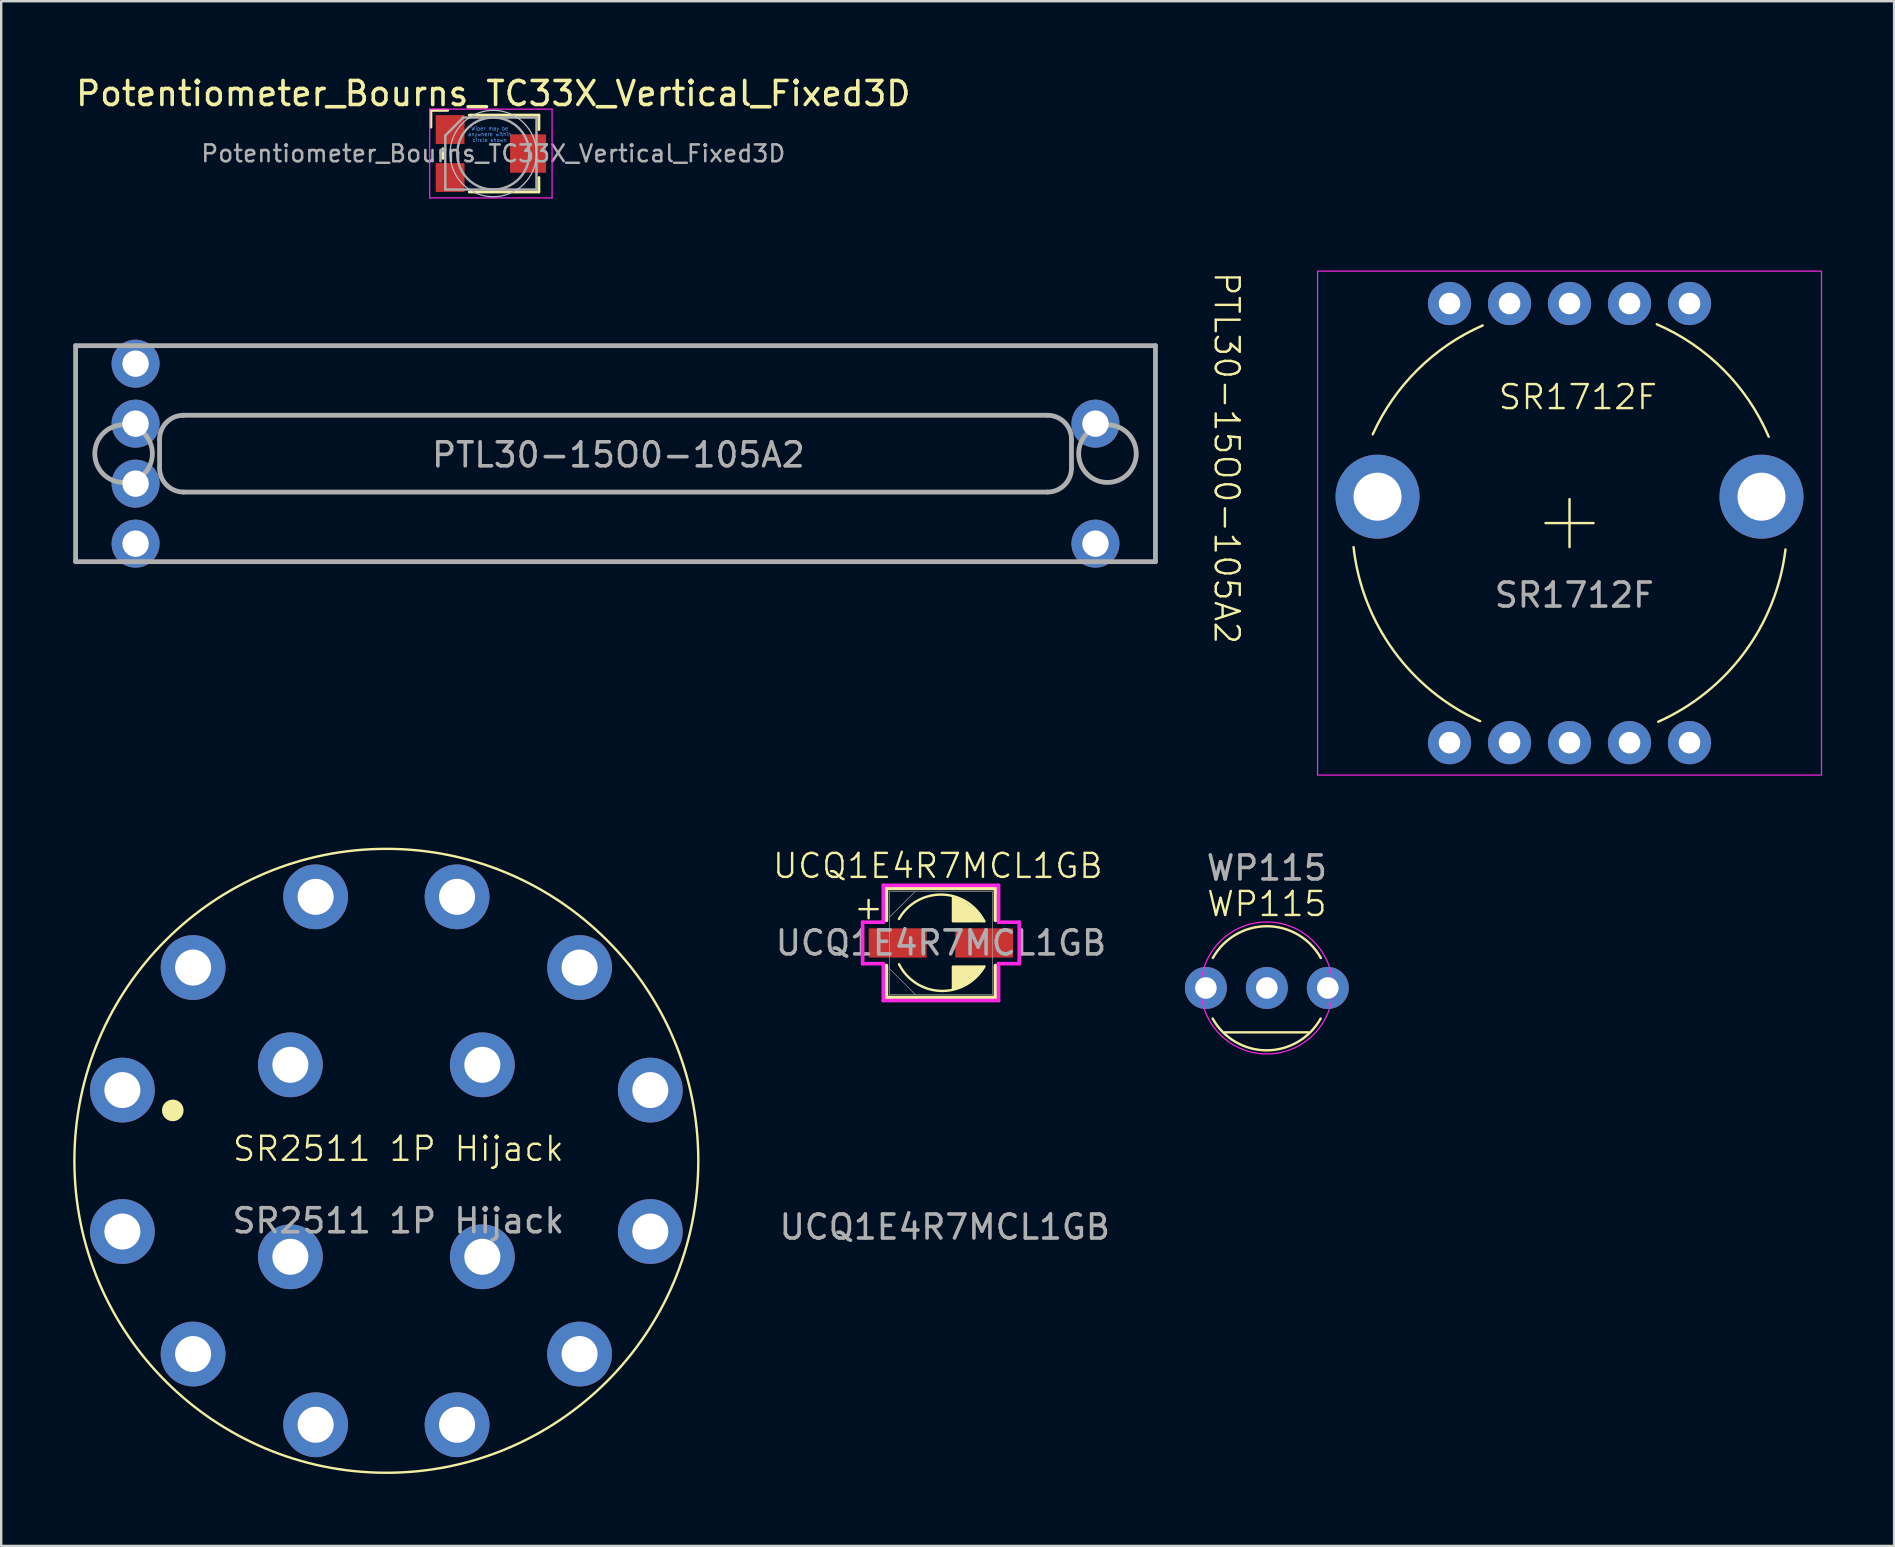
<source format=kicad_pcb>
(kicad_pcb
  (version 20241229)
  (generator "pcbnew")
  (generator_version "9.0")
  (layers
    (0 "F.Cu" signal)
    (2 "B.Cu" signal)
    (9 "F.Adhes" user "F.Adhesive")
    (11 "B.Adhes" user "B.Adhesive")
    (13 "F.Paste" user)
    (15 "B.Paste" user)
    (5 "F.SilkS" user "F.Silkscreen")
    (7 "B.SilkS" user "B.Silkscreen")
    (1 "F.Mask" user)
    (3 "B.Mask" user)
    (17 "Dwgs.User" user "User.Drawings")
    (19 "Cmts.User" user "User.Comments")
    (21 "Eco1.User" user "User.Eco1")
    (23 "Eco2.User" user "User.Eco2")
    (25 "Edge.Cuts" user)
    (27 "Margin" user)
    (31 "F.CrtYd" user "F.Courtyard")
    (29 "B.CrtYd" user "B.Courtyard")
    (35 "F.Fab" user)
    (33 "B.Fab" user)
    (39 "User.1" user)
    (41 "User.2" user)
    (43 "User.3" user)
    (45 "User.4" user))
  (footprint "PTL30-15O0-105A2"
    (layer "F.Cu")
    (at 22.6 15.855)
    (property "Reference" "PTL30-15O0-105A2" (at 25.47 0.18 270) (unlocked yes) (layer "F.SilkS") (effects (font (size 1 1) (thickness 0.1))))
    (attr through_hole)
    (fp_line (start -22.5 -4.5) (end -22.5 4.5) (stroke (width 0.2) (type default)) (layer "F.Fab"))
    (fp_line (start -22.5 4.5) (end 22.5 4.5) (stroke (width 0.2) (type default)) (layer "F.Fab"))
    (fp_line (start -19 -0.6) (end -19 0.6) (stroke (width 0.2) (type default)) (layer "F.Fab"))
    (fp_line (start -18 1.6) (end 18 1.6) (stroke (width 0.2) (type default)) (layer "F.Fab"))
    (fp_line (start 18 -1.6) (end -18 -1.6) (stroke (width 0.2) (type default)) (layer "F.Fab"))
    (fp_line (start 19 0.6) (end 19 -0.6) (stroke (width 0.2) (type default)) (layer "F.Fab"))
    (fp_line (start 22.5 -4.5) (end -22.5 -4.5) (stroke (width 0.2) (type default)) (layer "F.Fab"))
    (fp_line (start 22.5 4.5) (end 22.5 -4.5) (stroke (width 0.2) (type default)) (layer "F.Fab"))
    (fp_arc (start -19 -0.6) (mid -18.707107 -1.307107) (end -18 -1.6) (stroke (width 0.2) (type default)) (layer "F.Fab"))
    (fp_arc (start -18.000001 1.6) (mid -18.707107 1.307107) (end -19 0.600001) (stroke (width 0.2) (type default)) (layer "F.Fab"))
    (fp_arc (start 18 -1.6) (mid 18.707107 -1.307107) (end 19 -0.6) (stroke (width 0.2) (type default)) (layer "F.Fab"))
    (fp_arc (start 19 0.600001) (mid 18.707107 1.307107) (end 18.000001 1.6) (stroke (width 0.2) (type default)) (layer "F.Fab"))
    (fp_circle (center -20.5 0) (end -20.5 -1.2) (stroke (width 0.2) (type default)) (fill no) (layer "F.Fab"))
    (fp_circle (center 20.5 0) (end 20.5 -1.2) (stroke (width 0.2) (type default)) (fill no) (layer "F.Fab"))
    (fp_text user "${REFERENCE}" (at 0.12 0.05 0) (unlocked yes) (layer "F.Fab") (effects (font (size 1 1) (thickness 0.15))))
    (pad "1" thru_hole circle (at -20 -1.25) (size 2 2) (drill 1.1) (layers "*.Cu" "*.Mask"))
    (pad "2" thru_hole circle (at -20 -3.75) (size 2 2) (drill 1.1) (layers "*.Cu" "*.Mask"))
    (pad "3" thru_hole circle (at 20 -1.25) (size 2 2) (drill 1.1) (layers "*.Cu" "*.Mask"))
    (pad "B" thru_hole circle (at 20 3.75) (size 2 2) (drill 1.1) (layers "*.Cu" "*.Mask"))
    (pad "E" thru_hole circle (at -20 3.75) (size 2 2) (drill 1.1) (layers "*.Cu" "*.Mask"))
    (pad "L" thru_hole circle (at -20 1.25) (size 2 2) (drill 1.1) (layers "*.Cu" "*.Mask")))
  (footprint "SR1712F"
    (layer "F.Cu")
    (at 62.355 18.748)
    (property "Reference" "SR1712F" (at 0.35 -5.25 0) (unlocked yes) (layer "F.SilkS") (effects (font (size 1 1) (thickness 0.1))))
    (attr through_hole)
    (fp_line (start 0 -1) (end 0 1) (stroke (width 0.1) (type default)) (layer "F.SilkS"))
    (fp_line (start 1 0) (end -1 0) (stroke (width 0.1) (type default)) (layer "F.SilkS"))
    (fp_arc (start -8.2 -3.7) (mid -6.329745 -6.392521) (end -3.618898 -8.236114) (stroke (width 0.1) (type default)) (layer "F.SilkS"))
    (fp_arc (start -3.724379 8.254029) (mid -7.323434 5.326097) (end -9 1) (stroke (width 0.1) (type default)) (layer "F.SilkS"))
    (fp_arc (start 3.636446 -8.284347) (mid 6.418371 -6.390324) (end 8.3 -3.6) (stroke (width 0.1) (type default)) (layer "F.SilkS"))
    (fp_arc (start 9 1.1) (mid 7.292739 5.387574) (end 3.696159 8.279397) (stroke (width 0.1) (type default)) (layer "F.SilkS"))
    (fp_rect (start -10.5 -10.5) (end 10.5 10.5) (stroke (width 0.05) (type default)) (fill no) (layer "F.CrtYd"))
    (fp_text user "${REFERENCE}" (at 0.2 3 0) (unlocked yes) (layer "F.Fab") (effects (font (size 1 1) (thickness 0.15))))
    (pad "1" thru_hole circle (at 5 9.15) (size 1.8 1.8) (drill 0.9) (layers "*.Cu" "*.Mask"))
    (pad "2" thru_hole circle (at 2.5 9.15) (size 1.8 1.8) (drill 0.9) (layers "*.Cu" "*.Mask"))
    (pad "3" thru_hole circle (at 0 9.15) (size 1.8 1.8) (drill 0.9) (layers "*.Cu" "*.Mask"))
    (pad "4" thru_hole circle (at -2.5 9.15) (size 1.8 1.8) (drill 0.9) (layers "*.Cu" "*.Mask"))
    (pad "5" thru_hole circle (at -5 9.15) (size 1.8 1.8) (drill 0.9) (layers "*.Cu" "*.Mask"))
    (pad "6" thru_hole circle (at -5 -9.15) (size 1.8 1.8) (drill 0.9) (layers "*.Cu" "*.Mask"))
    (pad "7" thru_hole circle (at -2.5 -9.15) (size 1.8 1.8) (drill 0.9) (layers "*.Cu" "*.Mask"))
    (pad "8" thru_hole circle (at 0 -9.15) (size 1.8 1.8) (drill 0.9) (layers "*.Cu" "*.Mask"))
    (pad "9" thru_hole circle (at 2.5 -9.15) (size 1.8 1.8) (drill 0.9) (layers "*.Cu" "*.Mask"))
    (pad "10" thru_hole circle (at 5 -9.15) (size 1.8 1.8) (drill 0.9) (layers "*.Cu" "*.Mask"))
    (pad "NC" thru_hole circle (at -8 -1.1) (size 3.5 3.5) (drill 2) (layers "*.Cu" "*.Mask"))
    (pad "NC" thru_hole circle (at 8 -1.1) (size 3.5 3.5) (drill 2) (layers "*.Cu" "*.Mask")))
  (footprint "WP115"
    (layer "F.Cu")
    (at 49.742 38.121)
    (property "Reference" "WP115" (at 0 -3.5 0) (unlocked yes) (layer "F.SilkS") (effects (font (size 1 1) (thickness 0.1))))
    (attr through_hole)
    (fp_line (start -1.758 1.849) (end 1.742 1.849) (stroke (width 0.1) (type default)) (layer "F.SilkS"))
    (fp_arc (start -2.25 -1.25) (mid 0 -2.573908) (end 2.25 -1.25) (stroke (width 0.1) (type default)) (layer "F.SilkS"))
    (fp_arc (start 2.242273 1.274739) (mid -0.007727 2.598647) (end -2.257727 1.274739) (stroke (width 0.1) (type default)) (layer "F.SilkS"))
    (fp_circle (center 0 0) (end 2.75 0) (stroke (width 0.05) (type default)) (fill no) (layer "F.CrtYd"))
    (fp_text user "${REFERENCE}" (at 0 -5 0) (unlocked yes) (layer "F.Fab") (effects (font (size 1 1) (thickness 0.15))))
    (pad "1" thru_hole circle (at -2.54 0) (size 1.75 1.75) (drill 0.9) (layers "*.Cu" "*.Mask"))
    (pad "2" thru_hole circle (at 0 0) (size 1.75 1.75) (drill 0.9) (layers "*.Cu" "*.Mask"))
    (pad "3" thru_hole circle (at 2.54 0) (size 1.75 1.75) (drill 0.9) (layers "*.Cu" "*.Mask")))
  (footprint "UCQ1E4R7MCL1GB"
    (layer "F.Cu")
    (at 36.161 36.244)
    (property "Reference" "UCQ1E4R7MCL1GB" (at -0.13 -3.21 0) (unlocked yes) (layer "F.SilkS") (effects (font (size 1 1) (thickness 0.1))))
    (attr smd)
    (fp_line (start -2.273 -2.273) (end -2.273 -0.942) (stroke (width 0.152) (type solid)) (layer "F.SilkS"))
    (fp_line (start -2.273 0.942) (end -2.273 2.273) (stroke (width 0.152) (type solid)) (layer "F.SilkS"))
    (fp_line (start -2.273 2.273) (end 2.273 2.273) (stroke (width 0.152) (type solid)) (layer "F.SilkS"))
    (fp_line (start 2.273 -2.273) (end -2.273 -2.273) (stroke (width 0.152) (type solid)) (layer "F.SilkS"))
    (fp_line (start 2.273 -0.942) (end 2.273 -2.273) (stroke (width 0.152) (type solid)) (layer "F.SilkS"))
    (fp_line (start 2.273 2.273) (end 2.273 0.942) (stroke (width 0.152) (type solid)) (layer "F.SilkS"))
    (fp_arc (start -1.75 -1) (mid 0.055923 -2.014788) (end 1.802775 -0.901388) (stroke (width 0.1) (type default)) (layer "F.SilkS"))
    (fp_arc (start 1.805923 0.985212) (mid 0 2) (end -1.746852 0.8866) (stroke (width 0.1) (type default)) (layer "F.SilkS"))
    (fp_poly (pts (xy 1.806 0.985) (xy 0.499 0.986) (xy 0.5 1.9) (xy 0.9 1.8) (xy 1.475 1.391)) (stroke (width 0.1) (type solid)) (fill yes) (layer "F.SilkS"))
    (fp_poly (pts (xy 1.807 -0.905) (xy 0.5 -0.903) (xy 0.501 -1.9) (xy 0.901 -1.72) (xy 1.475 -1.31)) (stroke (width 0.1) (type solid)) (fill yes) (layer "F.SilkS"))
    (fp_line (start -3.264 -0.864) (end -2.4 -0.864) (stroke (width 0.152) (type solid)) (layer "F.CrtYd"))
    (fp_line (start -3.264 0.864) (end -3.264 -0.864) (stroke (width 0.152) (type solid)) (layer "F.CrtYd"))
    (fp_line (start -2.4 -2.4) (end 2.4 -2.4) (stroke (width 0.152) (type solid)) (layer "F.CrtYd"))
    (fp_line (start -2.4 -0.864) (end -2.4 -2.4) (stroke (width 0.152) (type solid)) (layer "F.CrtYd"))
    (fp_line (start -2.4 0.864) (end -3.264 0.864) (stroke (width 0.152) (type solid)) (layer "F.CrtYd"))
    (fp_line (start -2.4 2.4) (end -2.4 0.864) (stroke (width 0.152) (type solid)) (layer "F.CrtYd"))
    (fp_line (start 2.4 -2.4) (end 2.4 -0.864) (stroke (width 0.152) (type solid)) (layer "F.CrtYd"))
    (fp_line (start 2.4 -0.864) (end 3.264 -0.864) (stroke (width 0.152) (type solid)) (layer "F.CrtYd"))
    (fp_line (start 2.4 0.864) (end 2.4 2.4) (stroke (width 0.152) (type solid)) (layer "F.CrtYd"))
    (fp_line (start 2.4 2.4) (end -2.4 2.4) (stroke (width 0.152) (type solid)) (layer "F.CrtYd"))
    (fp_line (start 3.264 -0.864) (end 3.264 0.864) (stroke (width 0.152) (type solid)) (layer "F.CrtYd"))
    (fp_line (start 3.264 0.864) (end 2.4 0.864) (stroke (width 0.152) (type solid)) (layer "F.CrtYd"))
    (fp_line (start -2.146 -2.146) (end -2.146 2.146) (stroke (width 0.025) (type solid)) (layer "F.Fab"))
    (fp_line (start -2.146 -1.073) (end -1.073 -2.146) (stroke (width 0.025) (type solid)) (layer "F.Fab"))
    (fp_line (start -2.146 1.073) (end -1.073 2.146) (stroke (width 0.025) (type solid)) (layer "F.Fab"))
    (fp_line (start -2.146 2.146) (end 2.146 2.146) (stroke (width 0.025) (type solid)) (layer "F.Fab"))
    (fp_line (start 2.146 -2.146) (end -2.146 -2.146) (stroke (width 0.025) (type solid)) (layer "F.Fab"))
    (fp_line (start 2.146 2.146) (end 2.146 -2.146) (stroke (width 0.025) (type solid)) (layer "F.Fab"))
    (fp_circle (center -1.638 0) (end -1.638 0) (stroke (width 0.025) (type solid)) (fill no) (layer "F.Fab"))
    (fp_text user "+" (at -3.7 -0.9 0) (unlocked yes) (layer "F.SilkS") (effects (font (size 1 1) (thickness 0.1)) (justify left bottom)))
    (fp_text user "${REFERENCE}" (at 0.16 11.84 0) (unlocked yes) (layer "F.Fab") (effects (font (size 1 1) (thickness 0.15))))
    (fp_text user "${REFERENCE}" (at 0 0 0) (unlocked yes) (layer "F.Fab") (effects (font (size 1 1) (thickness 0.15))))
    (pad "1" smd rect (at -1.803 0) (size 2.413 1.219) (layers "F.Cu" "F.Mask" "F.Paste"))
    (pad "2" smd rect (at 1.803 0) (size 2.413 1.219) (layers "F.Cu" "F.Mask" "F.Paste")))
  (footprint "Potentiometer_Bourns_TC33X_Vertical_Fixed3D"
    (layer "F.Cu")
    (at 17.506 3.348)
    (property "Reference" "Potentiometer_Bourns_TC33X_Vertical_Fixed3D" (at 0 -2.5 0) (layer "F.SilkS") (effects (font (size 1 1) (thickness 0.15))))
    (attr smd)
    (fp_line (start -2.6 -1.8) (end -2.6 -1.1) (stroke (width 0.12) (type solid)) (layer "F.SilkS"))
    (fp_line (start -2.1 -0.2) (end -2.1 0.2) (stroke (width 0.12) (type solid)) (layer "F.SilkS"))
    (fp_line (start -1.9 -1.8) (end -2.6 -1.8) (stroke (width 0.12) (type solid)) (layer "F.SilkS"))
    (fp_line (start -1 -1.6) (end 1.9 -1.6) (stroke (width 0.12) (type solid)) (layer "F.SilkS"))
    (fp_line (start -1 1.6) (end 1.9 1.6) (stroke (width 0.12) (type solid)) (layer "F.SilkS"))
    (fp_line (start 1.9 -1.6) (end 1.9 -1) (stroke (width 0.12) (type solid)) (layer "F.SilkS"))
    (fp_line (start 1.9 1.6) (end 1.9 1) (stroke (width 0.12) (type solid)) (layer "F.SilkS"))
    (fp_circle (center 0 0) (end 1.8 0) (stroke (width 0.05) (type solid)) (fill no) (layer "Dwgs.User"))
    (fp_line (start -2.65 -1.85) (end 2.45 -1.85) (stroke (width 0.05) (type solid)) (layer "F.CrtYd"))
    (fp_line (start -2.65 1.85) (end -2.65 -1.85) (stroke (width 0.05) (type solid)) (layer "F.CrtYd"))
    (fp_line (start 2.45 -1.85) (end 2.45 1.85) (stroke (width 0.05) (type solid)) (layer "F.CrtYd"))
    (fp_line (start 2.45 1.85) (end -2.65 1.85) (stroke (width 0.05) (type solid)) (layer "F.CrtYd"))
    (fp_line (start -2 -0.75) (end -2 1.5) (stroke (width 0.1) (type solid)) (layer "F.Fab"))
    (fp_line (start -2 1.5) (end 1.8 1.5) (stroke (width 0.1) (type solid)) (layer "F.Fab"))
    (fp_line (start -1.25 -1.5) (end -2 -0.75) (stroke (width 0.1) (type solid)) (layer "F.Fab"))
    (fp_line (start 1.8 -1.5) (end -1.25 -1.5) (stroke (width 0.1) (type solid)) (layer "F.Fab"))
    (fp_line (start 1.8 1.5) (end 1.8 -1.5) (stroke (width 0.1) (type solid)) (layer "F.Fab"))
    (fp_circle (center 0 0) (end 1.5 0) (stroke (width 0.1) (type solid)) (fill no) (layer "F.Fab"))
    (fp_text user "Wiper may be\nanywhere within\ncircle shown" (at -0.15 -0.8 0) (layer "Cmts.User") (effects (font (size 0.15 0.15) (thickness 0.02))))
    (fp_text user "${REFERENCE}" (at 0 0 0) (layer "F.Fab") (effects (font (size 0.7 0.7) (thickness 0.105))))
    (pad "1" smd rect (at -1.8 -1) (size 1.2 1.2) (layers "F.Cu" "F.Mask" "F.Paste"))
    (pad "2" smd rect (at 1.45 0) (size 1.5 1.6) (layers "F.Cu" "F.Mask" "F.Paste"))
    (pad "3" smd rect (at -1.8 1) (size 1.2 1.2) (layers "F.Cu" "F.Mask" "F.Paste")))
  (footprint "SR2511 1P Hijack"
    (layer "F.Cu")
    (at 13.05 45.323)
    (property "Reference" "SR2511 1P Hijack" (at 0.5 -0.5 0) (unlocked yes) (layer "F.SilkS") (effects (font (size 1 1) (thickness 0.1))))
    (attr through_hole)
    (fp_circle (center -8.9 -2.1) (end -8.5 -2.1) (stroke (width 0.1) (type solid)) (fill yes) (layer "F.SilkS"))
    (fp_circle (center 0 0) (end 13 0) (stroke (width 0.1) (type default)) (fill no) (layer "F.SilkS"))
    (fp_text user "${REFERENCE}" (at 0.5 2.5 0) (unlocked yes) (layer "F.Fab") (effects (font (size 1 1) (thickness 0.15))))
    (pad "1" thru_hole circle (at -11 -2.947) (size 2.7 2.7) (drill 1.5) (layers "*.Cu" "*.Mask"))
    (pad "2" thru_hole circle (at -8.053 -8.053) (size 2.7 2.7) (drill 1.5) (layers "*.Cu" "*.Mask"))
    (pad "3" thru_hole circle (at -2.947 -11) (size 2.7 2.7) (drill 1.5) (layers "*.Cu" "*.Mask"))
    (pad "4" thru_hole circle (at 2.947 -11) (size 2.7 2.7) (drill 1.5) (layers "*.Cu" "*.Mask"))
    (pad "5" thru_hole circle (at 8.053 -8.053) (size 2.7 2.7) (drill 1.5) (layers "*.Cu" "*.Mask"))
    (pad "6" thru_hole circle (at 11 -2.947) (size 2.7 2.7) (drill 1.5) (layers "*.Cu" "*.Mask"))
    (pad "7" thru_hole circle (at 11 2.947) (size 2.7 2.7) (drill 1.5) (layers "*.Cu" "*.Mask"))
    (pad "8" thru_hole circle (at 8.053 8.053) (size 2.7 2.7) (drill 1.5) (layers "*.Cu" "*.Mask"))
    (pad "9" thru_hole circle (at 2.947 11) (size 2.7 2.7) (drill 1.5) (layers "*.Cu" "*.Mask"))
    (pad "10" thru_hole circle (at -2.947 11) (size 2.7 2.7) (drill 1.5) (layers "*.Cu" "*.Mask"))
    (pad "11" thru_hole circle (at -8.053 8.053) (size 2.7 2.7) (drill 1.5) (layers "*.Cu" "*.Mask"))
    (pad "12" thru_hole circle (at -11 2.947) (size 2.7 2.7) (drill 1.5) (layers "*.Cu" "*.Mask"))
    (pad "A" thru_hole circle (at -4 -4) (size 2.7 2.7) (drill 1.5) (layers "*.Cu" "*.Mask"))
    (pad "B" thru_hole circle (at 4 -4) (size 2.7 2.7) (drill 1.5) (layers "*.Cu" "*.Mask"))
    (pad "C" thru_hole circle (at 4 4) (size 2.7 2.7) (drill 1.5) (layers "*.Cu" "*.Mask"))
    (pad "D" thru_hole circle (at -4 4) (size 2.7 2.7) (drill 1.5) (layers "*.Cu" "*.Mask")))
  (gr_rect
    (start -3 -3)
    (end 75.88 61.373)
    (stroke (width 0.1) (type default))
    (fill no)
    (layer "Edge.Cuts")))
</source>
